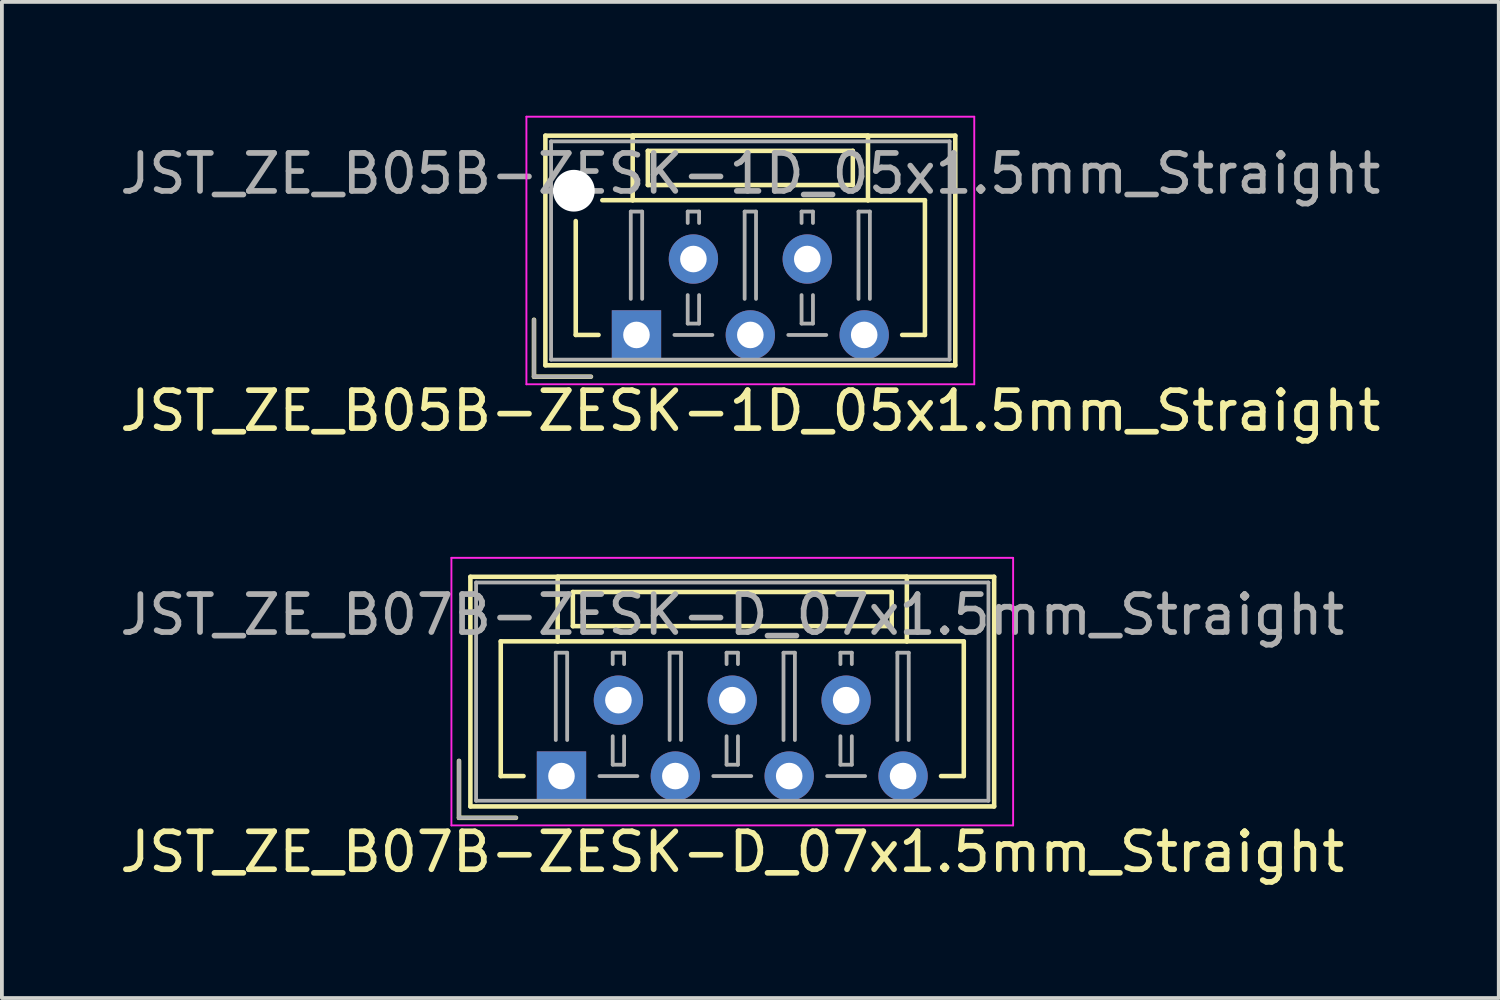
<source format=kicad_pcb>
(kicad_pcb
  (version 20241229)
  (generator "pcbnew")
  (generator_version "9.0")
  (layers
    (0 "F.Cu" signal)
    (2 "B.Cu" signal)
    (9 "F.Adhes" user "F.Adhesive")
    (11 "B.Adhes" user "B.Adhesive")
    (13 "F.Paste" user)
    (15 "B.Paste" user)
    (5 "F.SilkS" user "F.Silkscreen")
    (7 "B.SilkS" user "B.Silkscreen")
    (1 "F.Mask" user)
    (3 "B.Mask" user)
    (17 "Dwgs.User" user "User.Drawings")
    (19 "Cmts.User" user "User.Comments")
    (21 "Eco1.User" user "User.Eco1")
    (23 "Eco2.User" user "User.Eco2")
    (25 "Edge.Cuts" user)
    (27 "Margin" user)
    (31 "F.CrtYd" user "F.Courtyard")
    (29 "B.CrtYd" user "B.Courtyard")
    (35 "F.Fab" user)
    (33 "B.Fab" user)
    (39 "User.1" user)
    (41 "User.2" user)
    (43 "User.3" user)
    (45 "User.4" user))
  (footprint "JST_ZE_B07B-ZESK-D_07x1.5mm_Straight"
    (layer "F.Cu")
    (at 11.744 17.398)
    (property "Reference" "JST_ZE_B07B-ZESK-D_07x1.5mm_Straight" (at 4.5 2 0) (layer "F.SilkS") (effects (font (size 1 1) (thickness 0.15))))
    (attr through_hole)
    (fp_line (start -2.7 -0.4) (end -2.7 1.1) (stroke (width 0.12) (type solid)) (layer "F.SilkS"))
    (fp_line (start -2.7 1.1) (end -1.2 1.1) (stroke (width 0.12) (type solid)) (layer "F.SilkS"))
    (fp_line (start -2.4 -5.25) (end -2.4 0.8) (stroke (width 0.12) (type solid)) (layer "F.SilkS"))
    (fp_line (start -2.4 0.8) (end 11.4 0.8) (stroke (width 0.12) (type solid)) (layer "F.SilkS"))
    (fp_line (start -1.6 -3.55) (end -1.6 0) (stroke (width 0.12) (type solid)) (layer "F.SilkS"))
    (fp_line (start -1.6 0) (end -1 0) (stroke (width 0.12) (type solid)) (layer "F.SilkS"))
    (fp_line (start -0.1 -5.25) (end -0.1 -3.55) (stroke (width 0.12) (type solid)) (layer "F.SilkS"))
    (fp_line (start -0.1 -3.55) (end -1.6 -3.55) (stroke (width 0.12) (type solid)) (layer "F.SilkS"))
    (fp_line (start -0.1 -3.55) (end 9.1 -3.55) (stroke (width 0.12) (type solid)) (layer "F.SilkS"))
    (fp_line (start 0.3 -4.85) (end 0.3 -3.95) (stroke (width 0.12) (type solid)) (layer "F.SilkS"))
    (fp_line (start 0.3 -3.95) (end 8.7 -3.95) (stroke (width 0.12) (type solid)) (layer "F.SilkS"))
    (fp_line (start 8.7 -4.85) (end 0.3 -4.85) (stroke (width 0.12) (type solid)) (layer "F.SilkS"))
    (fp_line (start 8.7 -3.95) (end 8.7 -4.85) (stroke (width 0.12) (type solid)) (layer "F.SilkS"))
    (fp_line (start 9.1 -5.25) (end -0.1 -5.25) (stroke (width 0.12) (type solid)) (layer "F.SilkS"))
    (fp_line (start 9.1 -3.55) (end 9.1 -5.25) (stroke (width 0.12) (type solid)) (layer "F.SilkS"))
    (fp_line (start 9.1 -3.55) (end 10.6 -3.55) (stroke (width 0.12) (type solid)) (layer "F.SilkS"))
    (fp_line (start 10.6 -3.55) (end 10.6 0) (stroke (width 0.12) (type solid)) (layer "F.SilkS"))
    (fp_line (start 10.6 0) (end 10 0) (stroke (width 0.12) (type solid)) (layer "F.SilkS"))
    (fp_line (start 11.4 -5.25) (end -2.4 -5.25) (stroke (width 0.12) (type solid)) (layer "F.SilkS"))
    (fp_line (start 11.4 0.8) (end 11.4 -5.25) (stroke (width 0.12) (type solid)) (layer "F.SilkS"))
    (fp_line (start -2.9 -5.75) (end -2.9 1.3) (stroke (width 0.05) (type solid)) (layer "F.CrtYd"))
    (fp_line (start -2.9 1.3) (end 11.9 1.3) (stroke (width 0.05) (type solid)) (layer "F.CrtYd"))
    (fp_line (start 11.9 -5.75) (end -2.9 -5.75) (stroke (width 0.05) (type solid)) (layer "F.CrtYd"))
    (fp_line (start 11.9 1.3) (end 11.9 -5.75) (stroke (width 0.05) (type solid)) (layer "F.CrtYd"))
    (fp_line (start -2.7 -0.4) (end -2.7 1.1) (stroke (width 0.1) (type solid)) (layer "F.Fab"))
    (fp_line (start -2.7 1.1) (end -1.2 1.1) (stroke (width 0.1) (type solid)) (layer "F.Fab"))
    (fp_line (start -2.25 -5.1) (end -2.25 0.65) (stroke (width 0.1) (type solid)) (layer "F.Fab"))
    (fp_line (start -2.25 0.65) (end 11.25 0.65) (stroke (width 0.1) (type solid)) (layer "F.Fab"))
    (fp_line (start -0.15 -3.25) (end 0.15 -3.25) (stroke (width 0.1) (type solid)) (layer "F.Fab"))
    (fp_line (start -0.15 -0.95) (end -0.15 -3.25) (stroke (width 0.1) (type solid)) (layer "F.Fab"))
    (fp_line (start 0.15 -3.25) (end 0.15 -0.95) (stroke (width 0.1) (type solid)) (layer "F.Fab"))
    (fp_line (start 1 0) (end 2 0) (stroke (width 0.1) (type solid)) (layer "F.Fab"))
    (fp_line (start 1.35 -3.25) (end 1.65 -3.25) (stroke (width 0.1) (type solid)) (layer "F.Fab"))
    (fp_line (start 1.35 -2.95) (end 1.35 -3.25) (stroke (width 0.1) (type solid)) (layer "F.Fab"))
    (fp_line (start 1.35 -1.05) (end 1.35 -0.3) (stroke (width 0.1) (type solid)) (layer "F.Fab"))
    (fp_line (start 1.35 -0.3) (end 1.65 -0.3) (stroke (width 0.1) (type solid)) (layer "F.Fab"))
    (fp_line (start 1.65 -3.25) (end 1.65 -2.95) (stroke (width 0.1) (type solid)) (layer "F.Fab"))
    (fp_line (start 1.65 -0.3) (end 1.65 -1.05) (stroke (width 0.1) (type solid)) (layer "F.Fab"))
    (fp_line (start 2.85 -3.25) (end 3.15 -3.25) (stroke (width 0.1) (type solid)) (layer "F.Fab"))
    (fp_line (start 2.85 -0.95) (end 2.85 -3.25) (stroke (width 0.1) (type solid)) (layer "F.Fab"))
    (fp_line (start 3.15 -3.25) (end 3.15 -0.95) (stroke (width 0.1) (type solid)) (layer "F.Fab"))
    (fp_line (start 4 0) (end 5 0) (stroke (width 0.1) (type solid)) (layer "F.Fab"))
    (fp_line (start 4.35 -3.25) (end 4.65 -3.25) (stroke (width 0.1) (type solid)) (layer "F.Fab"))
    (fp_line (start 4.35 -2.95) (end 4.35 -3.25) (stroke (width 0.1) (type solid)) (layer "F.Fab"))
    (fp_line (start 4.35 -1.05) (end 4.35 -0.3) (stroke (width 0.1) (type solid)) (layer "F.Fab"))
    (fp_line (start 4.35 -0.3) (end 4.65 -0.3) (stroke (width 0.1) (type solid)) (layer "F.Fab"))
    (fp_line (start 4.65 -3.25) (end 4.65 -2.95) (stroke (width 0.1) (type solid)) (layer "F.Fab"))
    (fp_line (start 4.65 -0.3) (end 4.65 -1.05) (stroke (width 0.1) (type solid)) (layer "F.Fab"))
    (fp_line (start 5.85 -3.25) (end 6.15 -3.25) (stroke (width 0.1) (type solid)) (layer "F.Fab"))
    (fp_line (start 5.85 -0.95) (end 5.85 -3.25) (stroke (width 0.1) (type solid)) (layer "F.Fab"))
    (fp_line (start 6.15 -3.25) (end 6.15 -0.95) (stroke (width 0.1) (type solid)) (layer "F.Fab"))
    (fp_line (start 7 0) (end 8 0) (stroke (width 0.1) (type solid)) (layer "F.Fab"))
    (fp_line (start 7.35 -3.25) (end 7.65 -3.25) (stroke (width 0.1) (type solid)) (layer "F.Fab"))
    (fp_line (start 7.35 -2.95) (end 7.35 -3.25) (stroke (width 0.1) (type solid)) (layer "F.Fab"))
    (fp_line (start 7.35 -1.05) (end 7.35 -0.3) (stroke (width 0.1) (type solid)) (layer "F.Fab"))
    (fp_line (start 7.35 -0.3) (end 7.65 -0.3) (stroke (width 0.1) (type solid)) (layer "F.Fab"))
    (fp_line (start 7.65 -3.25) (end 7.65 -2.95) (stroke (width 0.1) (type solid)) (layer "F.Fab"))
    (fp_line (start 7.65 -0.3) (end 7.65 -1.05) (stroke (width 0.1) (type solid)) (layer "F.Fab"))
    (fp_line (start 8.85 -3.25) (end 9.15 -3.25) (stroke (width 0.1) (type solid)) (layer "F.Fab"))
    (fp_line (start 8.85 -0.95) (end 8.85 -3.25) (stroke (width 0.1) (type solid)) (layer "F.Fab"))
    (fp_line (start 9.15 -3.25) (end 9.15 -0.95) (stroke (width 0.1) (type solid)) (layer "F.Fab"))
    (fp_line (start 11.25 -5.1) (end -2.25 -5.1) (stroke (width 0.1) (type solid)) (layer "F.Fab"))
    (fp_line (start 11.25 0.65) (end 11.25 -5.1) (stroke (width 0.1) (type solid)) (layer "F.Fab"))
    (fp_text user "${REFERENCE}" (at 4.5 -4.25 0) (layer "F.Fab") (effects (font (size 1 1) (thickness 0.15))))
    (pad "1" thru_hole rect (at 0 0) (size 1.3 1.3) (drill 0.7) (layers "*.Cu" "*.Mask"))
    (pad "2" thru_hole circle (at 1.5 -2) (size 1.3 1.3) (drill 0.7) (layers "*.Cu" "*.Mask"))
    (pad "3" thru_hole circle (at 3 0) (size 1.3 1.3) (drill 0.7) (layers "*.Cu" "*.Mask"))
    (pad "4" thru_hole circle (at 4.5 -2) (size 1.3 1.3) (drill 0.7) (layers "*.Cu" "*.Mask"))
    (pad "5" thru_hole circle (at 6 0) (size 1.3 1.3) (drill 0.7) (layers "*.Cu" "*.Mask"))
    (pad "6" thru_hole circle (at 7.5 -2) (size 1.3 1.3) (drill 0.7) (layers "*.Cu" "*.Mask"))
    (pad "7" thru_hole circle (at 9 0) (size 1.3 1.3) (drill 0.7) (layers "*.Cu" "*.Mask")))
  (footprint "JST_ZE_B05B-ZESK-1D_05x1.5mm_Straight"
    (layer "F.Cu")
    (at 13.72 5.775)
    (property "Reference" "JST_ZE_B05B-ZESK-1D_05x1.5mm_Straight" (at 3 2 0) (layer "F.SilkS") (effects (font (size 1 1) (thickness 0.15))))
    (attr through_hole)
    (fp_line (start -2.7 -0.4) (end -2.7 1.1) (stroke (width 0.12) (type solid)) (layer "F.SilkS"))
    (fp_line (start -2.7 1.1) (end -1.2 1.1) (stroke (width 0.12) (type solid)) (layer "F.SilkS"))
    (fp_line (start -2.4 -5.25) (end -2.4 0.8) (stroke (width 0.12) (type solid)) (layer "F.SilkS"))
    (fp_line (start -2.4 0.8) (end 8.4 0.8) (stroke (width 0.12) (type solid)) (layer "F.SilkS"))
    (fp_line (start -1.6 -3) (end -1.6 0) (stroke (width 0.12) (type solid)) (layer "F.SilkS"))
    (fp_line (start -1.6 0) (end -1 0) (stroke (width 0.12) (type solid)) (layer "F.SilkS"))
    (fp_line (start -0.1 -5.25) (end -0.1 -3.55) (stroke (width 0.12) (type solid)) (layer "F.SilkS"))
    (fp_line (start -0.1 -3.55) (end -0.9 -3.55) (stroke (width 0.12) (type solid)) (layer "F.SilkS"))
    (fp_line (start -0.1 -3.55) (end 6.1 -3.55) (stroke (width 0.12) (type solid)) (layer "F.SilkS"))
    (fp_line (start 0.3 -4.85) (end 0.3 -3.95) (stroke (width 0.12) (type solid)) (layer "F.SilkS"))
    (fp_line (start 0.3 -3.95) (end 5.7 -3.95) (stroke (width 0.12) (type solid)) (layer "F.SilkS"))
    (fp_line (start 5.7 -4.85) (end 0.3 -4.85) (stroke (width 0.12) (type solid)) (layer "F.SilkS"))
    (fp_line (start 5.7 -3.95) (end 5.7 -4.85) (stroke (width 0.12) (type solid)) (layer "F.SilkS"))
    (fp_line (start 6.1 -5.25) (end -0.1 -5.25) (stroke (width 0.12) (type solid)) (layer "F.SilkS"))
    (fp_line (start 6.1 -3.55) (end 6.1 -5.25) (stroke (width 0.12) (type solid)) (layer "F.SilkS"))
    (fp_line (start 6.1 -3.55) (end 7.6 -3.55) (stroke (width 0.12) (type solid)) (layer "F.SilkS"))
    (fp_line (start 7.6 -3.55) (end 7.6 0) (stroke (width 0.12) (type solid)) (layer "F.SilkS"))
    (fp_line (start 7.6 0) (end 7 0) (stroke (width 0.12) (type solid)) (layer "F.SilkS"))
    (fp_line (start 8.4 -5.25) (end -2.4 -5.25) (stroke (width 0.12) (type solid)) (layer "F.SilkS"))
    (fp_line (start 8.4 0.8) (end 8.4 -5.25) (stroke (width 0.12) (type solid)) (layer "F.SilkS"))
    (fp_line (start -2.9 -5.75) (end -2.9 1.3) (stroke (width 0.05) (type solid)) (layer "F.CrtYd"))
    (fp_line (start -2.9 1.3) (end 8.9 1.3) (stroke (width 0.05) (type solid)) (layer "F.CrtYd"))
    (fp_line (start 8.9 -5.75) (end -2.9 -5.75) (stroke (width 0.05) (type solid)) (layer "F.CrtYd"))
    (fp_line (start 8.9 1.3) (end 8.9 -5.75) (stroke (width 0.05) (type solid)) (layer "F.CrtYd"))
    (fp_line (start -2.7 -0.4) (end -2.7 1.1) (stroke (width 0.1) (type solid)) (layer "F.Fab"))
    (fp_line (start -2.7 1.1) (end -1.2 1.1) (stroke (width 0.1) (type solid)) (layer "F.Fab"))
    (fp_line (start -2.25 -5.1) (end -2.25 0.65) (stroke (width 0.1) (type solid)) (layer "F.Fab"))
    (fp_line (start -2.25 0.65) (end 8.25 0.65) (stroke (width 0.1) (type solid)) (layer "F.Fab"))
    (fp_line (start -0.15 -3.25) (end 0.15 -3.25) (stroke (width 0.1) (type solid)) (layer "F.Fab"))
    (fp_line (start -0.15 -0.95) (end -0.15 -3.25) (stroke (width 0.1) (type solid)) (layer "F.Fab"))
    (fp_line (start 0.15 -3.25) (end 0.15 -0.95) (stroke (width 0.1) (type solid)) (layer "F.Fab"))
    (fp_line (start 1 0) (end 2 0) (stroke (width 0.1) (type solid)) (layer "F.Fab"))
    (fp_line (start 1.35 -3.25) (end 1.65 -3.25) (stroke (width 0.1) (type solid)) (layer "F.Fab"))
    (fp_line (start 1.35 -2.95) (end 1.35 -3.25) (stroke (width 0.1) (type solid)) (layer "F.Fab"))
    (fp_line (start 1.35 -1.05) (end 1.35 -0.3) (stroke (width 0.1) (type solid)) (layer "F.Fab"))
    (fp_line (start 1.35 -0.3) (end 1.65 -0.3) (stroke (width 0.1) (type solid)) (layer "F.Fab"))
    (fp_line (start 1.65 -3.25) (end 1.65 -2.95) (stroke (width 0.1) (type solid)) (layer "F.Fab"))
    (fp_line (start 1.65 -0.3) (end 1.65 -1.05) (stroke (width 0.1) (type solid)) (layer "F.Fab"))
    (fp_line (start 2.85 -3.25) (end 3.15 -3.25) (stroke (width 0.1) (type solid)) (layer "F.Fab"))
    (fp_line (start 2.85 -0.95) (end 2.85 -3.25) (stroke (width 0.1) (type solid)) (layer "F.Fab"))
    (fp_line (start 3.15 -3.25) (end 3.15 -0.95) (stroke (width 0.1) (type solid)) (layer "F.Fab"))
    (fp_line (start 4 0) (end 5 0) (stroke (width 0.1) (type solid)) (layer "F.Fab"))
    (fp_line (start 4.35 -3.25) (end 4.65 -3.25) (stroke (width 0.1) (type solid)) (layer "F.Fab"))
    (fp_line (start 4.35 -2.95) (end 4.35 -3.25) (stroke (width 0.1) (type solid)) (layer "F.Fab"))
    (fp_line (start 4.35 -1.05) (end 4.35 -0.3) (stroke (width 0.1) (type solid)) (layer "F.Fab"))
    (fp_line (start 4.35 -0.3) (end 4.65 -0.3) (stroke (width 0.1) (type solid)) (layer "F.Fab"))
    (fp_line (start 4.65 -3.25) (end 4.65 -2.95) (stroke (width 0.1) (type solid)) (layer "F.Fab"))
    (fp_line (start 4.65 -0.3) (end 4.65 -1.05) (stroke (width 0.1) (type solid)) (layer "F.Fab"))
    (fp_line (start 5.85 -3.25) (end 6.15 -3.25) (stroke (width 0.1) (type solid)) (layer "F.Fab"))
    (fp_line (start 5.85 -0.95) (end 5.85 -3.25) (stroke (width 0.1) (type solid)) (layer "F.Fab"))
    (fp_line (start 6.15 -3.25) (end 6.15 -0.95) (stroke (width 0.1) (type solid)) (layer "F.Fab"))
    (fp_line (start 8.25 -5.1) (end -2.25 -5.1) (stroke (width 0.1) (type solid)) (layer "F.Fab"))
    (fp_line (start 8.25 0.65) (end 8.25 -5.1) (stroke (width 0.1) (type solid)) (layer "F.Fab"))
    (fp_text user "${REFERENCE}" (at 3 -4.25 0) (layer "F.Fab") (effects (font (size 1 1) (thickness 0.15))))
    (pad "" np_thru_hole circle (at -1.65 -3.8) (size 1.1 1.1) (drill 1.1) (layers "*.Cu"))
    (pad "1" thru_hole rect (at 0 0) (size 1.3 1.3) (drill 0.7) (layers "*.Cu" "*.Mask"))
    (pad "2" thru_hole circle (at 1.5 -2) (size 1.3 1.3) (drill 0.7) (layers "*.Cu" "*.Mask"))
    (pad "3" thru_hole circle (at 3 0) (size 1.3 1.3) (drill 0.7) (layers "*.Cu" "*.Mask"))
    (pad "4" thru_hole circle (at 4.5 -2) (size 1.3 1.3) (drill 0.7) (layers "*.Cu" "*.Mask"))
    (pad "5" thru_hole circle (at 6 0) (size 1.3 1.3) (drill 0.7) (layers "*.Cu" "*.Mask")))
  (gr_rect
    (start -3 -3)
    (end 36.44 23.247)
    (stroke (width 0.1) (type default))
    (fill no)
    (layer "Edge.Cuts")))
</source>
